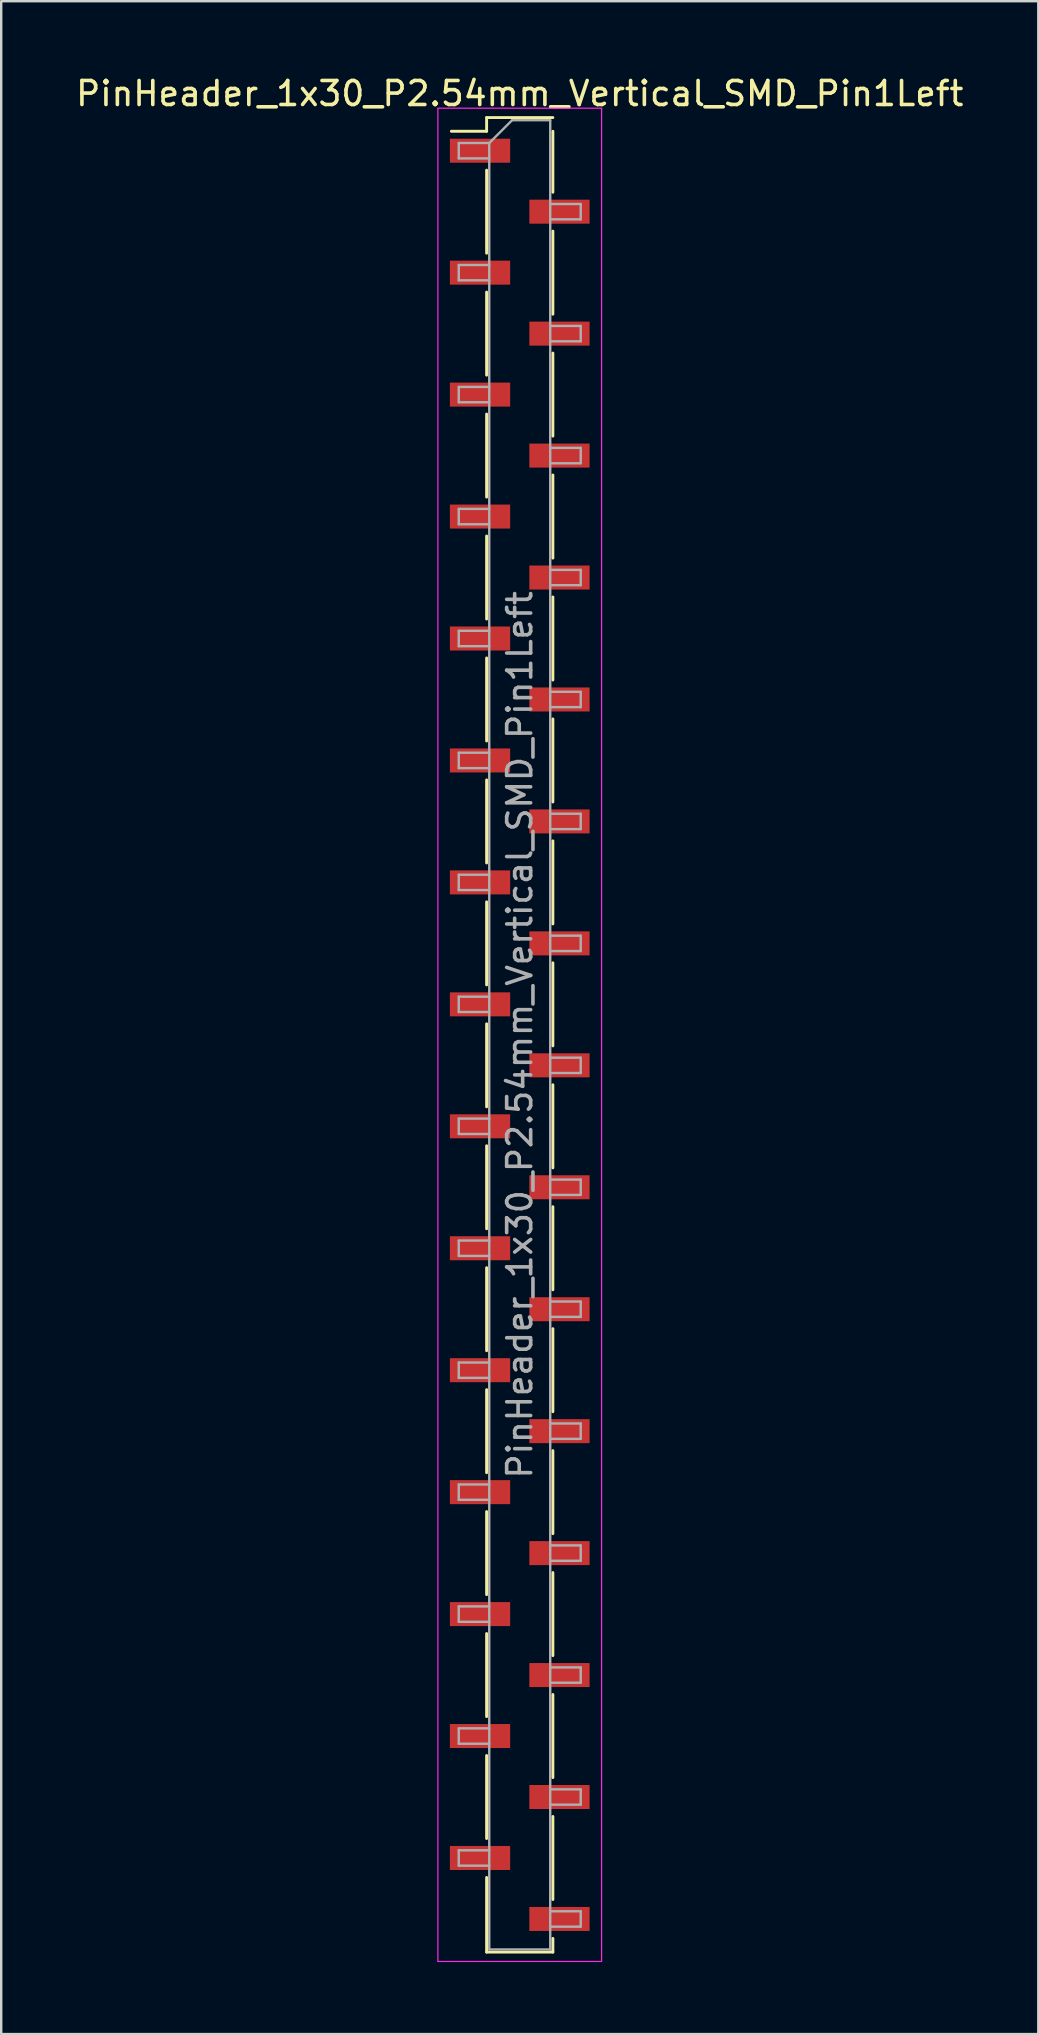
<source format=kicad_pcb>
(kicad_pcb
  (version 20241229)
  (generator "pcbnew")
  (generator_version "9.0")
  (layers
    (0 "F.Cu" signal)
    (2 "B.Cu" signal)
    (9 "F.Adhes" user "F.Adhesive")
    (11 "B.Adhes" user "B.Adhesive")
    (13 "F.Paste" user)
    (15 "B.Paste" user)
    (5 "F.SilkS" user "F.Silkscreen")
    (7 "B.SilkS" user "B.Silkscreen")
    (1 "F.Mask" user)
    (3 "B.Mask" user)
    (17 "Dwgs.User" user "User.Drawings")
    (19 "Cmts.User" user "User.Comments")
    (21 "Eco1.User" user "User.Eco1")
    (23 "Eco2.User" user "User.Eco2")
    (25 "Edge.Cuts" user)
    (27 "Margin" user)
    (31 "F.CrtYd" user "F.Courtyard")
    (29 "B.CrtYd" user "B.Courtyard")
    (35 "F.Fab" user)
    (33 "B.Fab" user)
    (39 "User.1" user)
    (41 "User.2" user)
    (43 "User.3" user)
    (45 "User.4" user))
  (footprint "PinHeader_1x30_P2.54mm_Vertical_SMD_Pin1Left"
    (layer "F.Cu")
    (at 18.601 40.058)
    (property "Reference" "PinHeader_1x30_P2.54mm_Vertical_SMD_Pin1Left" (at 0 -39.21 0) (layer "F.SilkS") (effects (font (size 1 1) (thickness 0.15))))
    (attr smd)
    (fp_line (start -1.38 -38.21) (end -1.38 -37.64) (stroke (width 0.12) (type solid)) (layer "F.SilkS"))
    (fp_line (start -1.38 -38.21) (end 1.38 -38.21) (stroke (width 0.12) (type solid)) (layer "F.SilkS"))
    (fp_line (start -1.38 -37.64) (end -2.85 -37.64) (stroke (width 0.12) (type solid)) (layer "F.SilkS"))
    (fp_line (start -1.38 -36.02) (end -1.38 -32.56) (stroke (width 0.12) (type solid)) (layer "F.SilkS"))
    (fp_line (start -1.38 -30.94) (end -1.38 -27.48) (stroke (width 0.12) (type solid)) (layer "F.SilkS"))
    (fp_line (start -1.38 -25.86) (end -1.38 -22.4) (stroke (width 0.12) (type solid)) (layer "F.SilkS"))
    (fp_line (start -1.38 -20.78) (end -1.38 -17.32) (stroke (width 0.12) (type solid)) (layer "F.SilkS"))
    (fp_line (start -1.38 -15.7) (end -1.38 -12.24) (stroke (width 0.12) (type solid)) (layer "F.SilkS"))
    (fp_line (start -1.38 -10.62) (end -1.38 -7.16) (stroke (width 0.12) (type solid)) (layer "F.SilkS"))
    (fp_line (start -1.38 -5.54) (end -1.38 -2.08) (stroke (width 0.12) (type solid)) (layer "F.SilkS"))
    (fp_line (start -1.38 -0.46) (end -1.38 3) (stroke (width 0.12) (type solid)) (layer "F.SilkS"))
    (fp_line (start -1.38 4.62) (end -1.38 8.08) (stroke (width 0.12) (type solid)) (layer "F.SilkS"))
    (fp_line (start -1.38 9.7) (end -1.38 13.16) (stroke (width 0.12) (type solid)) (layer "F.SilkS"))
    (fp_line (start -1.38 14.78) (end -1.38 18.24) (stroke (width 0.12) (type solid)) (layer "F.SilkS"))
    (fp_line (start -1.38 19.86) (end -1.38 23.32) (stroke (width 0.12) (type solid)) (layer "F.SilkS"))
    (fp_line (start -1.38 24.94) (end -1.38 28.4) (stroke (width 0.12) (type solid)) (layer "F.SilkS"))
    (fp_line (start -1.38 30.02) (end -1.38 33.48) (stroke (width 0.12) (type solid)) (layer "F.SilkS"))
    (fp_line (start -1.38 35.1) (end -1.38 38.21) (stroke (width 0.12) (type solid)) (layer "F.SilkS"))
    (fp_line (start -1.38 38.21) (end 1.38 38.21) (stroke (width 0.12) (type solid)) (layer "F.SilkS"))
    (fp_line (start 1.38 -37.64) (end 1.38 -35.1) (stroke (width 0.12) (type solid)) (layer "F.SilkS"))
    (fp_line (start 1.38 -33.48) (end 1.38 -30.02) (stroke (width 0.12) (type solid)) (layer "F.SilkS"))
    (fp_line (start 1.38 -28.4) (end 1.38 -24.94) (stroke (width 0.12) (type solid)) (layer "F.SilkS"))
    (fp_line (start 1.38 -23.32) (end 1.38 -19.86) (stroke (width 0.12) (type solid)) (layer "F.SilkS"))
    (fp_line (start 1.38 -18.24) (end 1.38 -14.78) (stroke (width 0.12) (type solid)) (layer "F.SilkS"))
    (fp_line (start 1.38 -13.16) (end 1.38 -9.7) (stroke (width 0.12) (type solid)) (layer "F.SilkS"))
    (fp_line (start 1.38 -8.08) (end 1.38 -4.62) (stroke (width 0.12) (type solid)) (layer "F.SilkS"))
    (fp_line (start 1.38 -3) (end 1.38 0.46) (stroke (width 0.12) (type solid)) (layer "F.SilkS"))
    (fp_line (start 1.38 2.08) (end 1.38 5.54) (stroke (width 0.12) (type solid)) (layer "F.SilkS"))
    (fp_line (start 1.38 7.16) (end 1.38 10.62) (stroke (width 0.12) (type solid)) (layer "F.SilkS"))
    (fp_line (start 1.38 12.24) (end 1.38 15.7) (stroke (width 0.12) (type solid)) (layer "F.SilkS"))
    (fp_line (start 1.38 17.32) (end 1.38 20.78) (stroke (width 0.12) (type solid)) (layer "F.SilkS"))
    (fp_line (start 1.38 22.4) (end 1.38 25.86) (stroke (width 0.12) (type solid)) (layer "F.SilkS"))
    (fp_line (start 1.38 27.48) (end 1.38 30.94) (stroke (width 0.12) (type solid)) (layer "F.SilkS"))
    (fp_line (start 1.38 32.56) (end 1.38 36.02) (stroke (width 0.12) (type solid)) (layer "F.SilkS"))
    (fp_line (start 1.38 37.64) (end 1.38 38.21) (stroke (width 0.12) (type solid)) (layer "F.SilkS"))
    (fp_line (start -3.41 -38.6) (end -3.41 38.6) (stroke (width 0.05) (type solid)) (layer "F.CrtYd"))
    (fp_line (start -3.41 38.6) (end 3.41 38.6) (stroke (width 0.05) (type solid)) (layer "F.CrtYd"))
    (fp_line (start 3.41 -38.6) (end -3.41 -38.6) (stroke (width 0.05) (type solid)) (layer "F.CrtYd"))
    (fp_line (start 3.41 38.6) (end 3.41 -38.6) (stroke (width 0.05) (type solid)) (layer "F.CrtYd"))
    (fp_line (start -2.54 -37.15) (end -2.54 -36.51) (stroke (width 0.1) (type solid)) (layer "F.Fab"))
    (fp_line (start -2.54 -36.51) (end -1.27 -36.51) (stroke (width 0.1) (type solid)) (layer "F.Fab"))
    (fp_line (start -2.54 -32.07) (end -2.54 -31.43) (stroke (width 0.1) (type solid)) (layer "F.Fab"))
    (fp_line (start -2.54 -31.43) (end -1.27 -31.43) (stroke (width 0.1) (type solid)) (layer "F.Fab"))
    (fp_line (start -2.54 -26.99) (end -2.54 -26.35) (stroke (width 0.1) (type solid)) (layer "F.Fab"))
    (fp_line (start -2.54 -26.35) (end -1.27 -26.35) (stroke (width 0.1) (type solid)) (layer "F.Fab"))
    (fp_line (start -2.54 -21.91) (end -2.54 -21.27) (stroke (width 0.1) (type solid)) (layer "F.Fab"))
    (fp_line (start -2.54 -21.27) (end -1.27 -21.27) (stroke (width 0.1) (type solid)) (layer "F.Fab"))
    (fp_line (start -2.54 -16.83) (end -2.54 -16.19) (stroke (width 0.1) (type solid)) (layer "F.Fab"))
    (fp_line (start -2.54 -16.19) (end -1.27 -16.19) (stroke (width 0.1) (type solid)) (layer "F.Fab"))
    (fp_line (start -2.54 -11.75) (end -2.54 -11.11) (stroke (width 0.1) (type solid)) (layer "F.Fab"))
    (fp_line (start -2.54 -11.11) (end -1.27 -11.11) (stroke (width 0.1) (type solid)) (layer "F.Fab"))
    (fp_line (start -2.54 -6.67) (end -2.54 -6.03) (stroke (width 0.1) (type solid)) (layer "F.Fab"))
    (fp_line (start -2.54 -6.03) (end -1.27 -6.03) (stroke (width 0.1) (type solid)) (layer "F.Fab"))
    (fp_line (start -2.54 -1.59) (end -2.54 -0.95) (stroke (width 0.1) (type solid)) (layer "F.Fab"))
    (fp_line (start -2.54 -0.95) (end -1.27 -0.95) (stroke (width 0.1) (type solid)) (layer "F.Fab"))
    (fp_line (start -2.54 3.49) (end -2.54 4.13) (stroke (width 0.1) (type solid)) (layer "F.Fab"))
    (fp_line (start -2.54 4.13) (end -1.27 4.13) (stroke (width 0.1) (type solid)) (layer "F.Fab"))
    (fp_line (start -2.54 8.57) (end -2.54 9.21) (stroke (width 0.1) (type solid)) (layer "F.Fab"))
    (fp_line (start -2.54 9.21) (end -1.27 9.21) (stroke (width 0.1) (type solid)) (layer "F.Fab"))
    (fp_line (start -2.54 13.65) (end -2.54 14.29) (stroke (width 0.1) (type solid)) (layer "F.Fab"))
    (fp_line (start -2.54 14.29) (end -1.27 14.29) (stroke (width 0.1) (type solid)) (layer "F.Fab"))
    (fp_line (start -2.54 18.73) (end -2.54 19.37) (stroke (width 0.1) (type solid)) (layer "F.Fab"))
    (fp_line (start -2.54 19.37) (end -1.27 19.37) (stroke (width 0.1) (type solid)) (layer "F.Fab"))
    (fp_line (start -2.54 23.81) (end -2.54 24.45) (stroke (width 0.1) (type solid)) (layer "F.Fab"))
    (fp_line (start -2.54 24.45) (end -1.27 24.45) (stroke (width 0.1) (type solid)) (layer "F.Fab"))
    (fp_line (start -2.54 28.89) (end -2.54 29.53) (stroke (width 0.1) (type solid)) (layer "F.Fab"))
    (fp_line (start -2.54 29.53) (end -1.27 29.53) (stroke (width 0.1) (type solid)) (layer "F.Fab"))
    (fp_line (start -2.54 33.97) (end -2.54 34.61) (stroke (width 0.1) (type solid)) (layer "F.Fab"))
    (fp_line (start -2.54 34.61) (end -1.27 34.61) (stroke (width 0.1) (type solid)) (layer "F.Fab"))
    (fp_line (start -1.27 -37.15) (end -2.54 -37.15) (stroke (width 0.1) (type solid)) (layer "F.Fab"))
    (fp_line (start -1.27 -37.15) (end -0.32 -38.1) (stroke (width 0.1) (type solid)) (layer "F.Fab"))
    (fp_line (start -1.27 -32.07) (end -2.54 -32.07) (stroke (width 0.1) (type solid)) (layer "F.Fab"))
    (fp_line (start -1.27 -26.99) (end -2.54 -26.99) (stroke (width 0.1) (type solid)) (layer "F.Fab"))
    (fp_line (start -1.27 -21.91) (end -2.54 -21.91) (stroke (width 0.1) (type solid)) (layer "F.Fab"))
    (fp_line (start -1.27 -16.83) (end -2.54 -16.83) (stroke (width 0.1) (type solid)) (layer "F.Fab"))
    (fp_line (start -1.27 -11.75) (end -2.54 -11.75) (stroke (width 0.1) (type solid)) (layer "F.Fab"))
    (fp_line (start -1.27 -6.67) (end -2.54 -6.67) (stroke (width 0.1) (type solid)) (layer "F.Fab"))
    (fp_line (start -1.27 -1.59) (end -2.54 -1.59) (stroke (width 0.1) (type solid)) (layer "F.Fab"))
    (fp_line (start -1.27 3.49) (end -2.54 3.49) (stroke (width 0.1) (type solid)) (layer "F.Fab"))
    (fp_line (start -1.27 8.57) (end -2.54 8.57) (stroke (width 0.1) (type solid)) (layer "F.Fab"))
    (fp_line (start -1.27 13.65) (end -2.54 13.65) (stroke (width 0.1) (type solid)) (layer "F.Fab"))
    (fp_line (start -1.27 18.73) (end -2.54 18.73) (stroke (width 0.1) (type solid)) (layer "F.Fab"))
    (fp_line (start -1.27 23.81) (end -2.54 23.81) (stroke (width 0.1) (type solid)) (layer "F.Fab"))
    (fp_line (start -1.27 28.89) (end -2.54 28.89) (stroke (width 0.1) (type solid)) (layer "F.Fab"))
    (fp_line (start -1.27 33.97) (end -2.54 33.97) (stroke (width 0.1) (type solid)) (layer "F.Fab"))
    (fp_line (start -1.27 38.1) (end -1.27 -37.15) (stroke (width 0.1) (type solid)) (layer "F.Fab"))
    (fp_line (start -0.32 -38.1) (end 1.27 -38.1) (stroke (width 0.1) (type solid)) (layer "F.Fab"))
    (fp_line (start 1.27 -38.1) (end 1.27 38.1) (stroke (width 0.1) (type solid)) (layer "F.Fab"))
    (fp_line (start 1.27 -34.61) (end 2.54 -34.61) (stroke (width 0.1) (type solid)) (layer "F.Fab"))
    (fp_line (start 1.27 -29.53) (end 2.54 -29.53) (stroke (width 0.1) (type solid)) (layer "F.Fab"))
    (fp_line (start 1.27 -24.45) (end 2.54 -24.45) (stroke (width 0.1) (type solid)) (layer "F.Fab"))
    (fp_line (start 1.27 -19.37) (end 2.54 -19.37) (stroke (width 0.1) (type solid)) (layer "F.Fab"))
    (fp_line (start 1.27 -14.29) (end 2.54 -14.29) (stroke (width 0.1) (type solid)) (layer "F.Fab"))
    (fp_line (start 1.27 -9.21) (end 2.54 -9.21) (stroke (width 0.1) (type solid)) (layer "F.Fab"))
    (fp_line (start 1.27 -4.13) (end 2.54 -4.13) (stroke (width 0.1) (type solid)) (layer "F.Fab"))
    (fp_line (start 1.27 0.95) (end 2.54 0.95) (stroke (width 0.1) (type solid)) (layer "F.Fab"))
    (fp_line (start 1.27 6.03) (end 2.54 6.03) (stroke (width 0.1) (type solid)) (layer "F.Fab"))
    (fp_line (start 1.27 11.11) (end 2.54 11.11) (stroke (width 0.1) (type solid)) (layer "F.Fab"))
    (fp_line (start 1.27 16.19) (end 2.54 16.19) (stroke (width 0.1) (type solid)) (layer "F.Fab"))
    (fp_line (start 1.27 21.27) (end 2.54 21.27) (stroke (width 0.1) (type solid)) (layer "F.Fab"))
    (fp_line (start 1.27 26.35) (end 2.54 26.35) (stroke (width 0.1) (type solid)) (layer "F.Fab"))
    (fp_line (start 1.27 31.43) (end 2.54 31.43) (stroke (width 0.1) (type solid)) (layer "F.Fab"))
    (fp_line (start 1.27 36.51) (end 2.54 36.51) (stroke (width 0.1) (type solid)) (layer "F.Fab"))
    (fp_line (start 1.27 38.1) (end -1.27 38.1) (stroke (width 0.1) (type solid)) (layer "F.Fab"))
    (fp_line (start 2.54 -34.61) (end 2.54 -33.97) (stroke (width 0.1) (type solid)) (layer "F.Fab"))
    (fp_line (start 2.54 -33.97) (end 1.27 -33.97) (stroke (width 0.1) (type solid)) (layer "F.Fab"))
    (fp_line (start 2.54 -29.53) (end 2.54 -28.89) (stroke (width 0.1) (type solid)) (layer "F.Fab"))
    (fp_line (start 2.54 -28.89) (end 1.27 -28.89) (stroke (width 0.1) (type solid)) (layer "F.Fab"))
    (fp_line (start 2.54 -24.45) (end 2.54 -23.81) (stroke (width 0.1) (type solid)) (layer "F.Fab"))
    (fp_line (start 2.54 -23.81) (end 1.27 -23.81) (stroke (width 0.1) (type solid)) (layer "F.Fab"))
    (fp_line (start 2.54 -19.37) (end 2.54 -18.73) (stroke (width 0.1) (type solid)) (layer "F.Fab"))
    (fp_line (start 2.54 -18.73) (end 1.27 -18.73) (stroke (width 0.1) (type solid)) (layer "F.Fab"))
    (fp_line (start 2.54 -14.29) (end 2.54 -13.65) (stroke (width 0.1) (type solid)) (layer "F.Fab"))
    (fp_line (start 2.54 -13.65) (end 1.27 -13.65) (stroke (width 0.1) (type solid)) (layer "F.Fab"))
    (fp_line (start 2.54 -9.21) (end 2.54 -8.57) (stroke (width 0.1) (type solid)) (layer "F.Fab"))
    (fp_line (start 2.54 -8.57) (end 1.27 -8.57) (stroke (width 0.1) (type solid)) (layer "F.Fab"))
    (fp_line (start 2.54 -4.13) (end 2.54 -3.49) (stroke (width 0.1) (type solid)) (layer "F.Fab"))
    (fp_line (start 2.54 -3.49) (end 1.27 -3.49) (stroke (width 0.1) (type solid)) (layer "F.Fab"))
    (fp_line (start 2.54 0.95) (end 2.54 1.59) (stroke (width 0.1) (type solid)) (layer "F.Fab"))
    (fp_line (start 2.54 1.59) (end 1.27 1.59) (stroke (width 0.1) (type solid)) (layer "F.Fab"))
    (fp_line (start 2.54 6.03) (end 2.54 6.67) (stroke (width 0.1) (type solid)) (layer "F.Fab"))
    (fp_line (start 2.54 6.67) (end 1.27 6.67) (stroke (width 0.1) (type solid)) (layer "F.Fab"))
    (fp_line (start 2.54 11.11) (end 2.54 11.75) (stroke (width 0.1) (type solid)) (layer "F.Fab"))
    (fp_line (start 2.54 11.75) (end 1.27 11.75) (stroke (width 0.1) (type solid)) (layer "F.Fab"))
    (fp_line (start 2.54 16.19) (end 2.54 16.83) (stroke (width 0.1) (type solid)) (layer "F.Fab"))
    (fp_line (start 2.54 16.83) (end 1.27 16.83) (stroke (width 0.1) (type solid)) (layer "F.Fab"))
    (fp_line (start 2.54 21.27) (end 2.54 21.91) (stroke (width 0.1) (type solid)) (layer "F.Fab"))
    (fp_line (start 2.54 21.91) (end 1.27 21.91) (stroke (width 0.1) (type solid)) (layer "F.Fab"))
    (fp_line (start 2.54 26.35) (end 2.54 26.99) (stroke (width 0.1) (type solid)) (layer "F.Fab"))
    (fp_line (start 2.54 26.99) (end 1.27 26.99) (stroke (width 0.1) (type solid)) (layer "F.Fab"))
    (fp_line (start 2.54 31.43) (end 2.54 32.07) (stroke (width 0.1) (type solid)) (layer "F.Fab"))
    (fp_line (start 2.54 32.07) (end 1.27 32.07) (stroke (width 0.1) (type solid)) (layer "F.Fab"))
    (fp_line (start 2.54 36.51) (end 2.54 37.15) (stroke (width 0.1) (type solid)) (layer "F.Fab"))
    (fp_line (start 2.54 37.15) (end 1.27 37.15) (stroke (width 0.1) (type solid)) (layer "F.Fab"))
    (fp_text user "${REFERENCE}" (at 0 0 90) (layer "F.Fab") (effects (font (size 1 1) (thickness 0.15))))
    (pad "1" smd rect (at -1.655 -36.83) (size 2.51 1) (layers "F.Cu" "F.Mask" "F.Paste"))
    (pad "2" smd rect (at 1.655 -34.29) (size 2.51 1) (layers "F.Cu" "F.Mask" "F.Paste"))
    (pad "3" smd rect (at -1.655 -31.75) (size 2.51 1) (layers "F.Cu" "F.Mask" "F.Paste"))
    (pad "4" smd rect (at 1.655 -29.21) (size 2.51 1) (layers "F.Cu" "F.Mask" "F.Paste"))
    (pad "5" smd rect (at -1.655 -26.67) (size 2.51 1) (layers "F.Cu" "F.Mask" "F.Paste"))
    (pad "6" smd rect (at 1.655 -24.13) (size 2.51 1) (layers "F.Cu" "F.Mask" "F.Paste"))
    (pad "7" smd rect (at -1.655 -21.59) (size 2.51 1) (layers "F.Cu" "F.Mask" "F.Paste"))
    (pad "8" smd rect (at 1.655 -19.05) (size 2.51 1) (layers "F.Cu" "F.Mask" "F.Paste"))
    (pad "9" smd rect (at -1.655 -16.51) (size 2.51 1) (layers "F.Cu" "F.Mask" "F.Paste"))
    (pad "10" smd rect (at 1.655 -13.97) (size 2.51 1) (layers "F.Cu" "F.Mask" "F.Paste"))
    (pad "11" smd rect (at -1.655 -11.43) (size 2.51 1) (layers "F.Cu" "F.Mask" "F.Paste"))
    (pad "12" smd rect (at 1.655 -8.89) (size 2.51 1) (layers "F.Cu" "F.Mask" "F.Paste"))
    (pad "13" smd rect (at -1.655 -6.35) (size 2.51 1) (layers "F.Cu" "F.Mask" "F.Paste"))
    (pad "14" smd rect (at 1.655 -3.81) (size 2.51 1) (layers "F.Cu" "F.Mask" "F.Paste"))
    (pad "15" smd rect (at -1.655 -1.27) (size 2.51 1) (layers "F.Cu" "F.Mask" "F.Paste"))
    (pad "16" smd rect (at 1.655 1.27) (size 2.51 1) (layers "F.Cu" "F.Mask" "F.Paste"))
    (pad "17" smd rect (at -1.655 3.81) (size 2.51 1) (layers "F.Cu" "F.Mask" "F.Paste"))
    (pad "18" smd rect (at 1.655 6.35) (size 2.51 1) (layers "F.Cu" "F.Mask" "F.Paste"))
    (pad "19" smd rect (at -1.655 8.89) (size 2.51 1) (layers "F.Cu" "F.Mask" "F.Paste"))
    (pad "20" smd rect (at 1.655 11.43) (size 2.51 1) (layers "F.Cu" "F.Mask" "F.Paste"))
    (pad "21" smd rect (at -1.655 13.97) (size 2.51 1) (layers "F.Cu" "F.Mask" "F.Paste"))
    (pad "22" smd rect (at 1.655 16.51) (size 2.51 1) (layers "F.Cu" "F.Mask" "F.Paste"))
    (pad "23" smd rect (at -1.655 19.05) (size 2.51 1) (layers "F.Cu" "F.Mask" "F.Paste"))
    (pad "24" smd rect (at 1.655 21.59) (size 2.51 1) (layers "F.Cu" "F.Mask" "F.Paste"))
    (pad "25" smd rect (at -1.655 24.13) (size 2.51 1) (layers "F.Cu" "F.Mask" "F.Paste"))
    (pad "26" smd rect (at 1.655 26.67) (size 2.51 1) (layers "F.Cu" "F.Mask" "F.Paste"))
    (pad "27" smd rect (at -1.655 29.21) (size 2.51 1) (layers "F.Cu" "F.Mask" "F.Paste"))
    (pad "28" smd rect (at 1.655 31.75) (size 2.51 1) (layers "F.Cu" "F.Mask" "F.Paste"))
    (pad "29" smd rect (at -1.655 34.29) (size 2.51 1) (layers "F.Cu" "F.Mask" "F.Paste"))
    (pad "30" smd rect (at 1.655 36.83) (size 2.51 1) (layers "F.Cu" "F.Mask" "F.Paste")))
  (gr_rect
    (start -3 -3)
    (end 40.202 81.683)
    (stroke (width 0.1) (type default))
    (fill no)
    (layer "Edge.Cuts")))
</source>
